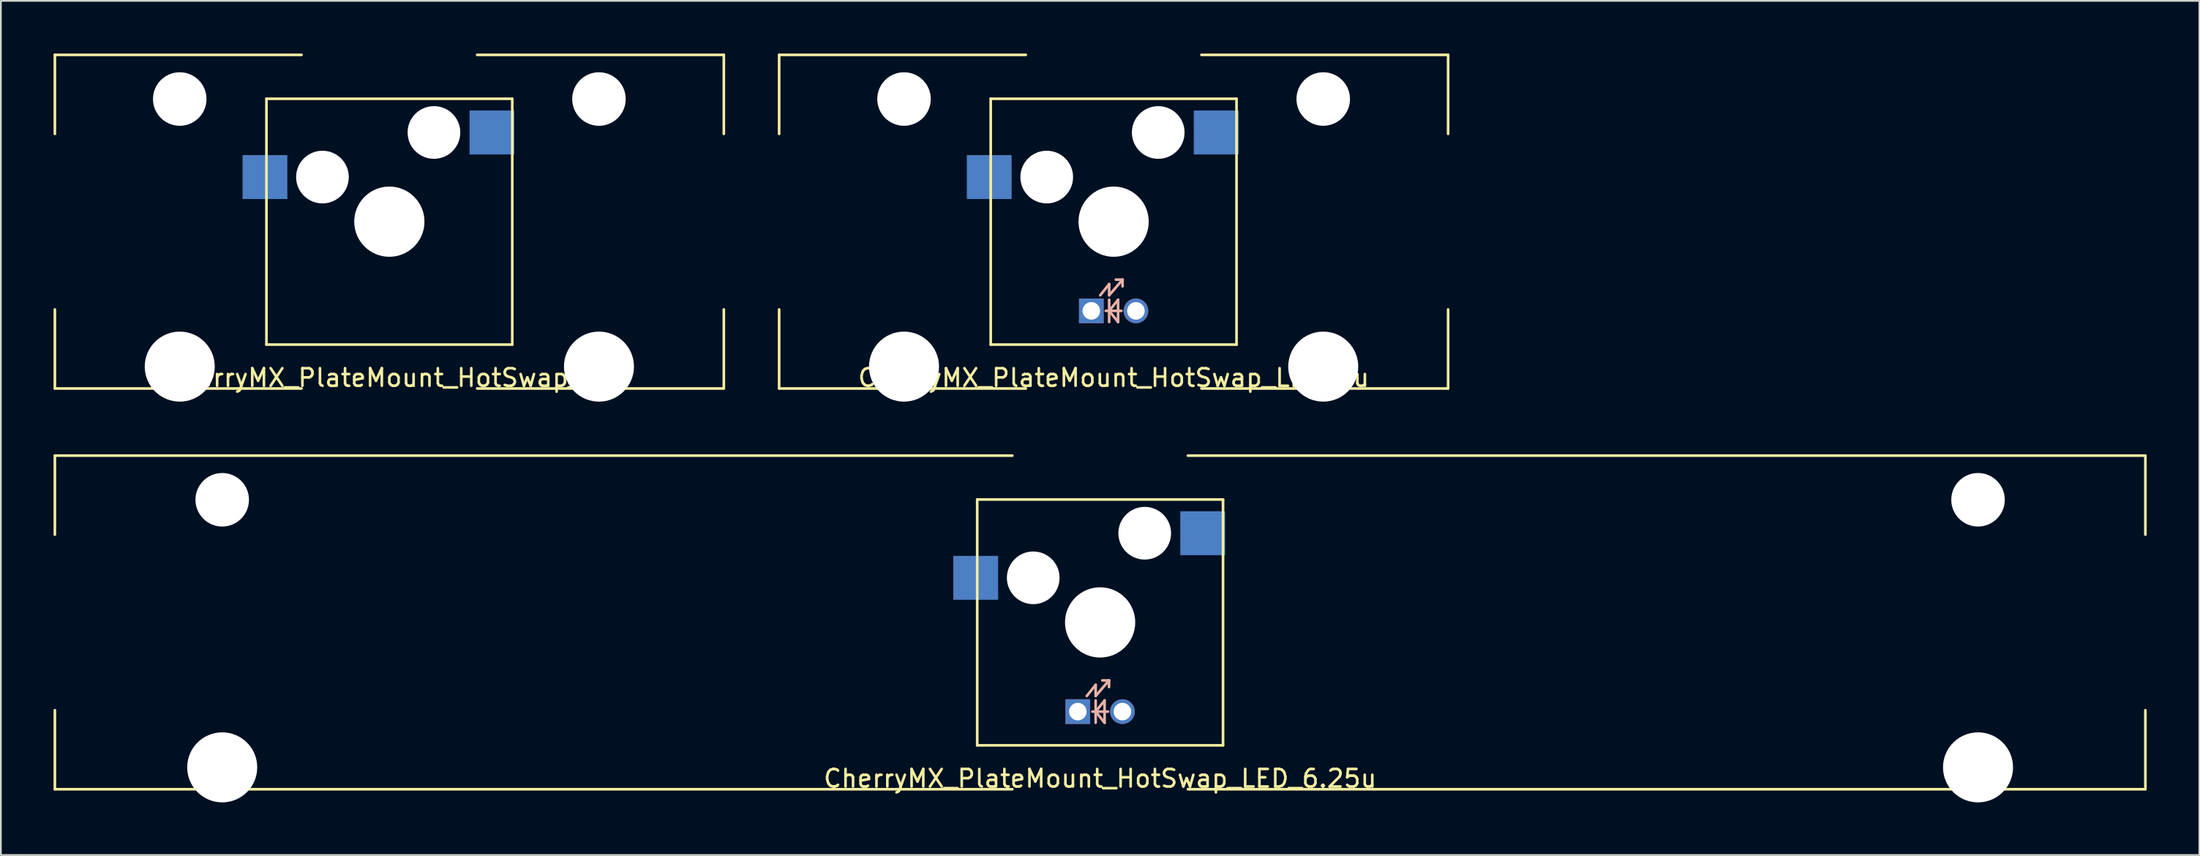
<source format=kicad_pcb>
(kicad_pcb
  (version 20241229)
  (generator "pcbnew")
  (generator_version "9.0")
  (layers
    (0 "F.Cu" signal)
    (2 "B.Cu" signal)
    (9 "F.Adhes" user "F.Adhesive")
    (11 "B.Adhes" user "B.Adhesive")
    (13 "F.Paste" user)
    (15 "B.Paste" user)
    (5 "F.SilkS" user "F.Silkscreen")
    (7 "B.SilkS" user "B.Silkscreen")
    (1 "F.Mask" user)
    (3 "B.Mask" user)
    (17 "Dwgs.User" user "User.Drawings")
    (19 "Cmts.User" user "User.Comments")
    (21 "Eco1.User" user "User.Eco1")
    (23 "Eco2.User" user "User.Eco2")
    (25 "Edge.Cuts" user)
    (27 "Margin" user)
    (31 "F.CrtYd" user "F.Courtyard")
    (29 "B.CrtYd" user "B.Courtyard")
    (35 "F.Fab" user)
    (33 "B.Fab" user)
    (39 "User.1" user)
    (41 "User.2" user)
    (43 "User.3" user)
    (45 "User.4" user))
  (footprint "CherryMX_PlateMount_HotSwap_LED_6.25u"
    (layer "F.Cu")
    (at 59.606 32.399)
    (property "Reference" "CherryMX_PlateMount_HotSwap_LED_6.25u" (at 0 8.89 0) (layer "F.SilkS") (effects (font (size 1 1) (thickness 0.15))))
    (attr through_hole)
    (fp_line (start -59.531 -9.5) (end -59.531 -5) (stroke (width 0.15) (type solid)) (layer "F.SilkS"))
    (fp_line (start -59.531 -9.5) (end -5 -9.5) (stroke (width 0.15) (type solid)) (layer "F.SilkS"))
    (fp_line (start -59.531 5) (end -59.531 9.5) (stroke (width 0.15) (type solid)) (layer "F.SilkS"))
    (fp_line (start -59.531 9.5) (end -5 9.5) (stroke (width 0.15) (type solid)) (layer "F.SilkS"))
    (fp_line (start -7 -7) (end 7 -7) (stroke (width 0.15) (type solid)) (layer "F.SilkS"))
    (fp_line (start -7 7) (end -7 -7) (stroke (width 0.15) (type solid)) (layer "F.SilkS"))
    (fp_line (start 5 -9.5) (end 59.531 -9.5) (stroke (width 0.15) (type solid)) (layer "F.SilkS"))
    (fp_line (start 5 9.5) (end 59.531 9.5) (stroke (width 0.15) (type solid)) (layer "F.SilkS"))
    (fp_line (start 7 -7) (end 7 7) (stroke (width 0.15) (type solid)) (layer "F.SilkS"))
    (fp_line (start 7 7) (end -7 7) (stroke (width 0.15) (type solid)) (layer "F.SilkS"))
    (fp_line (start 59.531 -5) (end 59.531 -9.5) (stroke (width 0.15) (type solid)) (layer "F.SilkS"))
    (fp_line (start 59.531 5) (end 59.531 9.5) (stroke (width 0.15) (type solid)) (layer "F.SilkS"))
    (fp_line (start -0.762 4.191) (end -0.254 3.556) (stroke (width 0.15) (type solid)) (layer "B.SilkS"))
    (fp_line (start -0.445 5.08) (end 0.445 5.08) (stroke (width 0.15) (type solid)) (layer "B.SilkS"))
    (fp_line (start -0.254 3.556) (end -0.254 4.191) (stroke (width 0.15) (type solid)) (layer "B.SilkS"))
    (fp_line (start -0.254 4.191) (end 0.508 3.302) (stroke (width 0.15) (type solid)) (layer "B.SilkS"))
    (fp_line (start -0.254 4.445) (end -0.254 5.715) (stroke (width 0.15) (type solid)) (layer "B.SilkS"))
    (fp_line (start -0.254 5.08) (end 0.254 4.445) (stroke (width 0.15) (type solid)) (layer "B.SilkS"))
    (fp_line (start 0.254 5.715) (end -0.254 5.08) (stroke (width 0.15) (type solid)) (layer "B.SilkS"))
    (fp_line (start 0.254 5.715) (end 0.254 4.445) (stroke (width 0.15) (type solid)) (layer "B.SilkS"))
    (fp_line (start 0.508 3.302) (end 0.127 3.302) (stroke (width 0.15) (type solid)) (layer "B.SilkS"))
    (fp_line (start 0.508 3.302) (end 0.508 3.683) (stroke (width 0.15) (type solid)) (layer "B.SilkS"))
    (pad "" np_thru_hole circle (at -50 -6.985) (size 3.048 3.048) (drill 3.048) (layers "*.Cu" "*.Mask"))
    (pad "" np_thru_hole circle (at -50 8.255) (size 3.988 3.988) (drill 3.988) (layers "*.Cu" "*.Mask"))
    (pad "" np_thru_hole circle (at -3.81 -2.54) (size 3 3) (drill 3) (layers "*.Cu" "*.Mask"))
    (pad "" np_thru_hole circle (at 0 0) (size 4 4) (drill 4) (layers "*.Cu" "*.Mask"))
    (pad "" np_thru_hole circle (at 2.54 -5.08) (size 3 3) (drill 3) (layers "*.Cu" "*.Mask"))
    (pad "" np_thru_hole circle (at 50 -6.985) (size 3.048 3.048) (drill 3.048) (layers "*.Cu" "*.Mask"))
    (pad "" np_thru_hole circle (at 50 8.255) (size 3.988 3.988) (drill 3.988) (layers "*.Cu" "*.Mask"))
    (pad "1" smd rect (at -7.085 -2.54) (size 2.55 2.5) (layers "B.Cu" "B.Mask" "B.Paste"))
    (pad "2" smd rect (at 5.842 -5.08) (size 2.55 2.5) (layers "B.Cu" "B.Mask" "B.Paste"))
    (pad "3" thru_hole rect (at -1.27 5.08) (size 1.406 1.406) (drill 1) (layers "*.Cu" "*.Mask"))
    (pad "4" thru_hole circle (at 1.27 5.08) (size 1.406 1.406) (drill 1) (layers "*.Cu" "*.Mask")))
  (footprint "CherryMX_PlateMount_HotSwap_2u"
    (layer "F.Cu")
    (at 19.125 9.575)
    (property "Reference" "CherryMX_PlateMount_HotSwap_2u" (at 0 8.89 0) (layer "F.SilkS") (effects (font (size 1 1) (thickness 0.15))))
    (attr through_hole)
    (fp_line (start -19.05 -9.5) (end -19.05 -5) (stroke (width 0.15) (type solid)) (layer "F.SilkS"))
    (fp_line (start -19.05 -9.5) (end -5 -9.5) (stroke (width 0.15) (type solid)) (layer "F.SilkS"))
    (fp_line (start -19.05 5) (end -19.05 9.5) (stroke (width 0.15) (type solid)) (layer "F.SilkS"))
    (fp_line (start -19.05 9.5) (end -5 9.5) (stroke (width 0.15) (type solid)) (layer "F.SilkS"))
    (fp_line (start -7 -7) (end 7 -7) (stroke (width 0.15) (type solid)) (layer "F.SilkS"))
    (fp_line (start -7 7) (end -7 -7) (stroke (width 0.15) (type solid)) (layer "F.SilkS"))
    (fp_line (start 5 -9.5) (end 19.05 -9.5) (stroke (width 0.15) (type solid)) (layer "F.SilkS"))
    (fp_line (start 5 9.5) (end 19.05 9.5) (stroke (width 0.15) (type solid)) (layer "F.SilkS"))
    (fp_line (start 7 -7) (end 7 7) (stroke (width 0.15) (type solid)) (layer "F.SilkS"))
    (fp_line (start 7 7) (end -7 7) (stroke (width 0.15) (type solid)) (layer "F.SilkS"))
    (fp_line (start 19.05 -5) (end 19.05 -9.5) (stroke (width 0.15) (type solid)) (layer "F.SilkS"))
    (fp_line (start 19.05 5) (end 19.05 9.5) (stroke (width 0.15) (type solid)) (layer "F.SilkS"))
    (pad "" np_thru_hole circle (at -11.938 -6.985) (size 3.048 3.048) (drill 3.048) (layers "*.Cu" "*.Mask"))
    (pad "" np_thru_hole circle (at -11.938 8.255) (size 3.988 3.988) (drill 3.988) (layers "*.Cu" "*.Mask"))
    (pad "" np_thru_hole circle (at -3.81 -2.54) (size 3 3) (drill 3) (layers "*.Cu" "*.Mask"))
    (pad "" np_thru_hole circle (at 0 0) (size 4 4) (drill 4) (layers "*.Cu" "*.Mask"))
    (pad "" np_thru_hole circle (at 2.54 -5.08) (size 3 3) (drill 3) (layers "*.Cu" "*.Mask"))
    (pad "" np_thru_hole circle (at 11.938 -6.985) (size 3.048 3.048) (drill 3.048) (layers "*.Cu" "*.Mask"))
    (pad "" np_thru_hole circle (at 11.938 8.255) (size 3.988 3.988) (drill 3.988) (layers "*.Cu" "*.Mask"))
    (pad "1" smd rect (at -7.085 -2.54) (size 2.55 2.5) (layers "B.Cu" "B.Mask" "B.Paste"))
    (pad "2" smd rect (at 5.842 -5.08) (size 2.55 2.5) (layers "B.Cu" "B.Mask" "B.Paste")))
  (footprint "CherryMX_PlateMount_HotSwap_LED_2u"
    (layer "F.Cu")
    (at 60.375 9.575)
    (property "Reference" "CherryMX_PlateMount_HotSwap_LED_2u" (at 0 8.89 0) (layer "F.SilkS") (effects (font (size 1 1) (thickness 0.15))))
    (attr through_hole)
    (fp_line (start -19.05 -9.5) (end -19.05 -5) (stroke (width 0.15) (type solid)) (layer "F.SilkS"))
    (fp_line (start -19.05 -9.5) (end -5 -9.5) (stroke (width 0.15) (type solid)) (layer "F.SilkS"))
    (fp_line (start -19.05 5) (end -19.05 9.5) (stroke (width 0.15) (type solid)) (layer "F.SilkS"))
    (fp_line (start -19.05 9.5) (end -5 9.5) (stroke (width 0.15) (type solid)) (layer "F.SilkS"))
    (fp_line (start -7 -7) (end 7 -7) (stroke (width 0.15) (type solid)) (layer "F.SilkS"))
    (fp_line (start -7 7) (end -7 -7) (stroke (width 0.15) (type solid)) (layer "F.SilkS"))
    (fp_line (start 5 -9.5) (end 19.05 -9.5) (stroke (width 0.15) (type solid)) (layer "F.SilkS"))
    (fp_line (start 5 9.5) (end 19.05 9.5) (stroke (width 0.15) (type solid)) (layer "F.SilkS"))
    (fp_line (start 7 -7) (end 7 7) (stroke (width 0.15) (type solid)) (layer "F.SilkS"))
    (fp_line (start 7 7) (end -7 7) (stroke (width 0.15) (type solid)) (layer "F.SilkS"))
    (fp_line (start 19.05 -5) (end 19.05 -9.5) (stroke (width 0.15) (type solid)) (layer "F.SilkS"))
    (fp_line (start 19.05 5) (end 19.05 9.5) (stroke (width 0.15) (type solid)) (layer "F.SilkS"))
    (fp_line (start -0.762 4.191) (end -0.254 3.556) (stroke (width 0.15) (type solid)) (layer "B.SilkS"))
    (fp_line (start -0.445 5.08) (end 0.445 5.08) (stroke (width 0.15) (type solid)) (layer "B.SilkS"))
    (fp_line (start -0.254 3.556) (end -0.254 4.191) (stroke (width 0.15) (type solid)) (layer "B.SilkS"))
    (fp_line (start -0.254 4.191) (end 0.508 3.302) (stroke (width 0.15) (type solid)) (layer "B.SilkS"))
    (fp_line (start -0.254 4.445) (end -0.254 5.715) (stroke (width 0.15) (type solid)) (layer "B.SilkS"))
    (fp_line (start -0.254 5.08) (end 0.254 4.445) (stroke (width 0.15) (type solid)) (layer "B.SilkS"))
    (fp_line (start 0.254 5.715) (end -0.254 5.08) (stroke (width 0.15) (type solid)) (layer "B.SilkS"))
    (fp_line (start 0.254 5.715) (end 0.254 4.445) (stroke (width 0.15) (type solid)) (layer "B.SilkS"))
    (fp_line (start 0.508 3.302) (end 0.127 3.302) (stroke (width 0.15) (type solid)) (layer "B.SilkS"))
    (fp_line (start 0.508 3.302) (end 0.508 3.683) (stroke (width 0.15) (type solid)) (layer "B.SilkS"))
    (pad "" np_thru_hole circle (at -11.938 -6.985) (size 3.048 3.048) (drill 3.048) (layers "*.Cu" "*.Mask"))
    (pad "" np_thru_hole circle (at -11.938 8.255) (size 3.988 3.988) (drill 3.988) (layers "*.Cu" "*.Mask"))
    (pad "" np_thru_hole circle (at -3.81 -2.54) (size 3 3) (drill 3) (layers "*.Cu" "*.Mask"))
    (pad "" np_thru_hole circle (at 0 0) (size 4 4) (drill 4) (layers "*.Cu" "*.Mask"))
    (pad "" np_thru_hole circle (at 2.54 -5.08) (size 3 3) (drill 3) (layers "*.Cu" "*.Mask"))
    (pad "" np_thru_hole circle (at 11.938 -6.985) (size 3.048 3.048) (drill 3.048) (layers "*.Cu" "*.Mask"))
    (pad "" np_thru_hole circle (at 11.938 8.255) (size 3.988 3.988) (drill 3.988) (layers "*.Cu" "*.Mask"))
    (pad "1" smd rect (at -7.085 -2.54) (size 2.55 2.5) (layers "B.Cu" "B.Mask" "B.Paste"))
    (pad "2" smd rect (at 5.842 -5.08) (size 2.55 2.5) (layers "B.Cu" "B.Mask" "B.Paste"))
    (pad "3" thru_hole rect (at -1.27 5.08) (size 1.406 1.406) (drill 1) (layers "*.Cu" "*.Mask"))
    (pad "4" thru_hole circle (at 1.27 5.08) (size 1.406 1.406) (drill 1) (layers "*.Cu" "*.Mask")))
  (gr_rect
    (start -3 -3)
    (end 122.213 45.648)
    (stroke (width 0.1) (type default))
    (fill no)
    (layer "Edge.Cuts")))
</source>
